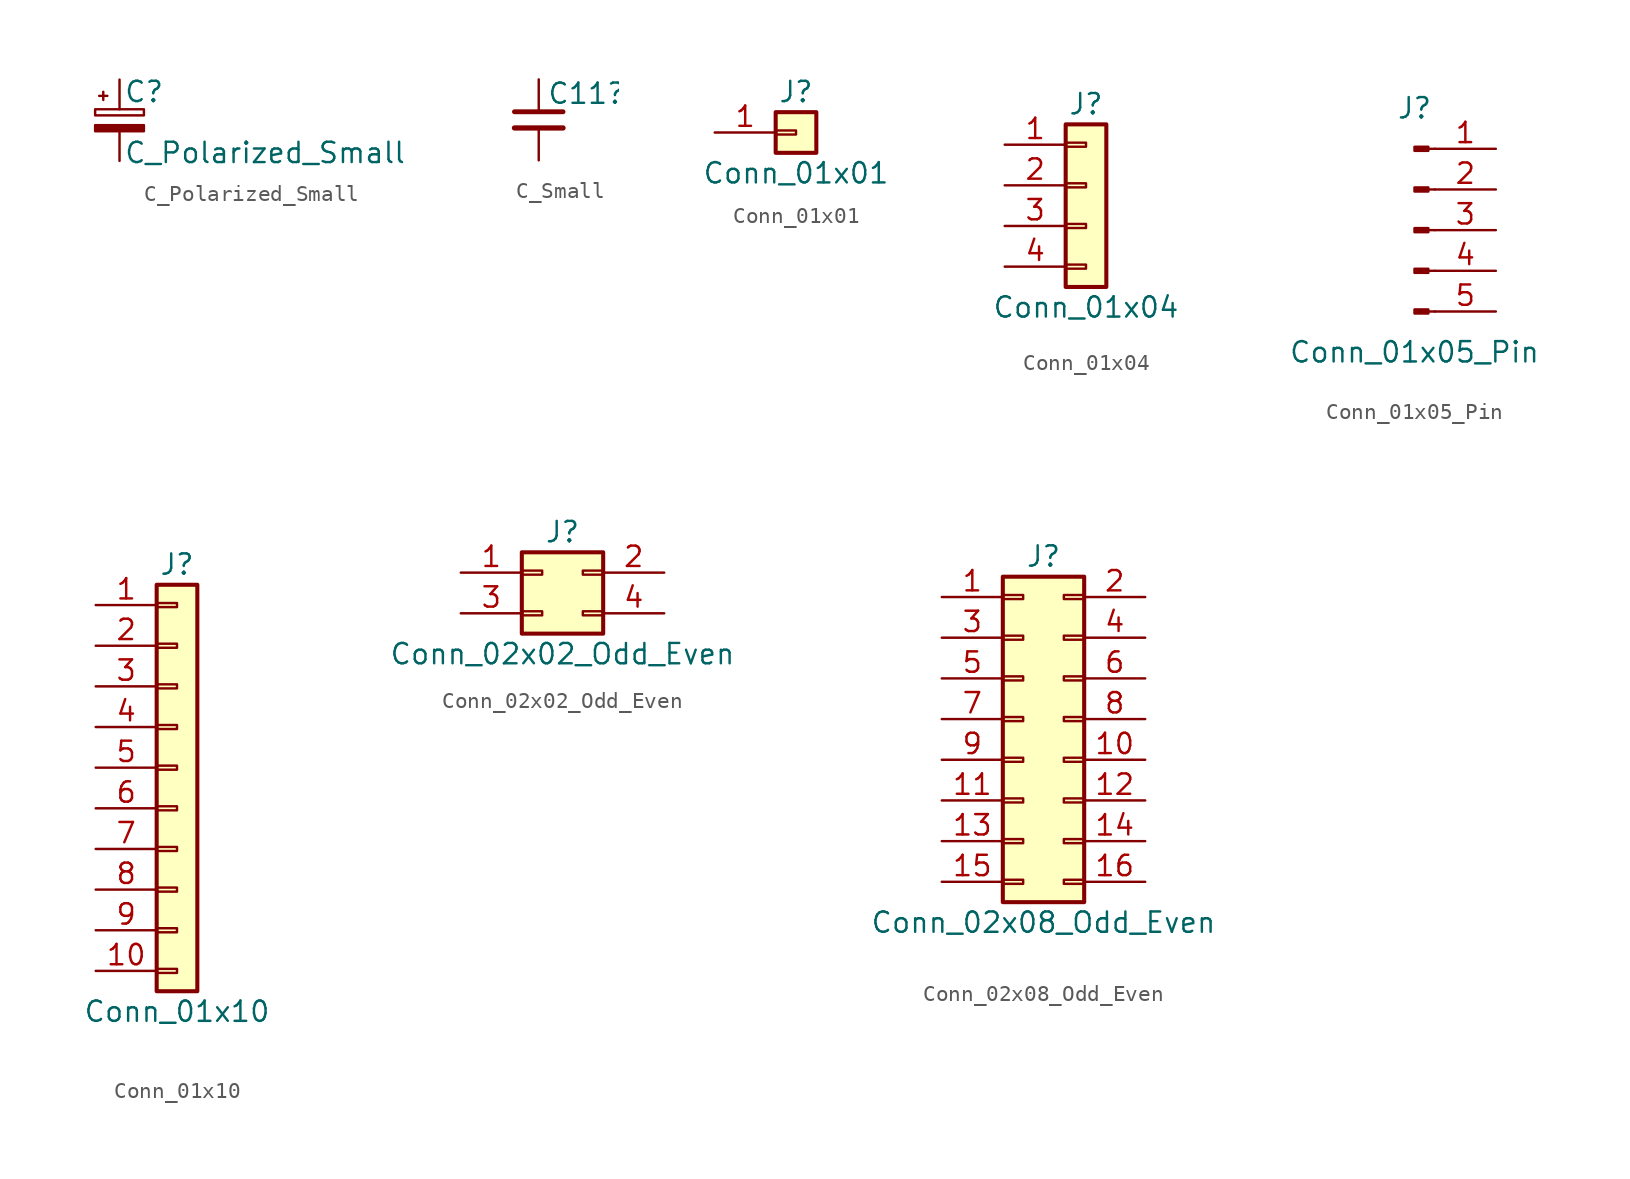
<source format=kicad_sym>
(kicad_symbol_lib
  (version 20241209)
  (generator "kicad_symbol_editor")
  (generator_version "9.0")
  (symbol "C_Polarized_Small"
    (pin_numbers
      (hide yes))
    (pin_names
      (offset 0.254)
      (hide yes))
    (property "Reference" "C"
      (at 0.254 1.778 0)
      (effects (font (size 1.27 1.27)) (justify left)))
    (property "Value" "C_Polarized_Small"
      (at 0.254 -2.032 0)
      (effects (font (size 1.27 1.27)) (justify left)))
    (symbol "C_Polarized_Small_0_1"
      (rectangle (start -1.524 0.686) (end 1.524 0.305) (stroke (width 0) (type default)) (fill (type none)))
      (rectangle (start -1.524 -0.305) (end 1.524 -0.686) (stroke (width 0) (type default)) (fill (type outline)))
      (polyline (pts (xy -1.27 1.524) (xy -0.762 1.524)) (stroke (width 0) (type default)) (fill (type none)))
      (polyline (pts (xy -1.016 1.27) (xy -1.016 1.778)) (stroke (width 0) (type default)) (fill (type none))))
    (symbol "C_Polarized_Small_1_1"
      (pin passive line (at 0 2.54 270) (length 1.854) (name "~" (effects (font (size 1.27 1.27)))) (number "1" (effects (font (size 1.27 1.27)))))
      (pin passive line (at 0 -2.54 90) (length 1.854) (name "~" (effects (font (size 1.27 1.27)))) (number "2" (effects (font (size 1.27 1.27)))))))
  (symbol "C_Small"
    (pin_numbers
      (hide yes))
    (pin_names
      (offset 0.254)
      (hide yes))
    (property "Reference" "C11"
      (at 0.508 1.651 0)
      (effects (font (size 1.27 1.27)) (justify left)))
    (symbol "C_Small_0_1"
      (polyline (pts (xy -1.524 0.508) (xy 1.524 0.508)) (stroke (width 0.305) (type default)) (fill (type none)))
      (polyline (pts (xy -1.524 -0.508) (xy 1.524 -0.508)) (stroke (width 0.33) (type default)) (fill (type none))))
    (symbol "C_Small_1_1"
      (pin passive line (at 0 2.54 270) (length 2.032) (name "~" (effects (font (size 1.27 1.27)))) (number "1" (effects (font (size 1.27 1.27)))))
      (pin passive line (at 0 -2.54 90) (length 2.032) (name "~" (effects (font (size 1.27 1.27)))) (number "2" (effects (font (size 1.27 1.27)))))))
  (symbol "Conn_01x01"
    (pin_names
      (offset 1.016)
      (hide yes))
    (property "Reference" "J"
      (at 0 2.54 0)
      (effects (font (size 1.27 1.27))))
    (property "Value" "Conn_01x01"
      (at 0 -2.54 0)
      (effects (font (size 1.27 1.27))))
    (symbol "Conn_01x01_1_1"
      (rectangle (start -1.27 1.27) (end 1.27 -1.27) (stroke (width 0.254) (type default)) (fill (type background)))
      (rectangle (start -1.27 0.127) (end 0 -0.127) (stroke (width 0.152) (type default)) (fill (type none)))
      (pin passive line (at -5.08 0 0) (length 3.81) (name "Pin_1" (effects (font (size 1.27 1.27)))) (number "1" (effects (font (size 1.27 1.27)))))))
  (symbol "Conn_01x04"
    (pin_names
      (offset 1.016)
      (hide yes))
    (property "Reference" "J"
      (at 0 5.08 0)
      (effects (font (size 1.27 1.27))))
    (property "Value" "Conn_01x04"
      (at 0 -7.62 0)
      (effects (font (size 1.27 1.27))))
    (symbol "Conn_01x04_1_1"
      (rectangle (start -1.27 3.81) (end 1.27 -6.35) (stroke (width 0.254) (type default)) (fill (type background)))
      (rectangle (start -1.27 2.667) (end 0 2.413) (stroke (width 0.152) (type default)) (fill (type none)))
      (rectangle (start -1.27 0.127) (end 0 -0.127) (stroke (width 0.152) (type default)) (fill (type none)))
      (rectangle (start -1.27 -2.413) (end 0 -2.667) (stroke (width 0.152) (type default)) (fill (type none)))
      (rectangle (start -1.27 -4.953) (end 0 -5.207) (stroke (width 0.152) (type default)) (fill (type none)))
      (pin passive line (at -5.08 2.54 0) (length 3.81) (name "Pin_1" (effects (font (size 1.27 1.27)))) (number "1" (effects (font (size 1.27 1.27)))))
      (pin passive line (at -5.08 0 0) (length 3.81) (name "Pin_2" (effects (font (size 1.27 1.27)))) (number "2" (effects (font (size 1.27 1.27)))))
      (pin passive line (at -5.08 -2.54 0) (length 3.81) (name "Pin_3" (effects (font (size 1.27 1.27)))) (number "3" (effects (font (size 1.27 1.27)))))
      (pin passive line (at -5.08 -5.08 0) (length 3.81) (name "Pin_4" (effects (font (size 1.27 1.27)))) (number "4" (effects (font (size 1.27 1.27)))))))
  (symbol "Conn_01x05_Pin"
    (pin_names
      (offset 1.016)
      (hide yes))
    (property "Reference" "J"
      (at 0 7.62 0)
      (effects (font (size 1.27 1.27))))
    (property "Value" "Conn_01x05_Pin"
      (at 0 -7.62 0)
      (effects (font (size 1.27 1.27))))
    (property "ki_locked" ""
      (at 0 0 0)
      (effects (font (size 1.27 1.27))))
    (symbol "Conn_01x05_Pin_1_1"
      (rectangle (start 0.864 5.207) (end 0 4.953) (stroke (width 0.152) (type default)) (fill (type outline)))
      (rectangle (start 0.864 2.667) (end 0 2.413) (stroke (width 0.152) (type default)) (fill (type outline)))
      (rectangle (start 0.864 0.127) (end 0 -0.127) (stroke (width 0.152) (type default)) (fill (type outline)))
      (rectangle (start 0.864 -2.413) (end 0 -2.667) (stroke (width 0.152) (type default)) (fill (type outline)))
      (rectangle (start 0.864 -4.953) (end 0 -5.207) (stroke (width 0.152) (type default)) (fill (type outline)))
      (polyline (pts (xy 1.27 5.08) (xy 0.864 5.08)) (stroke (width 0.152) (type default)) (fill (type none)))
      (polyline (pts (xy 1.27 2.54) (xy 0.864 2.54)) (stroke (width 0.152) (type default)) (fill (type none)))
      (polyline (pts (xy 1.27 0) (xy 0.864 0)) (stroke (width 0.152) (type default)) (fill (type none)))
      (polyline (pts (xy 1.27 -2.54) (xy 0.864 -2.54)) (stroke (width 0.152) (type default)) (fill (type none)))
      (polyline (pts (xy 1.27 -5.08) (xy 0.864 -5.08)) (stroke (width 0.152) (type default)) (fill (type none)))
      (pin passive line (at 5.08 5.08 180) (length 3.81) (name "Pin_1" (effects (font (size 1.27 1.27)))) (number "1" (effects (font (size 1.27 1.27)))))
      (pin passive line (at 5.08 2.54 180) (length 3.81) (name "Pin_2" (effects (font (size 1.27 1.27)))) (number "2" (effects (font (size 1.27 1.27)))))
      (pin passive line (at 5.08 0 180) (length 3.81) (name "Pin_3" (effects (font (size 1.27 1.27)))) (number "3" (effects (font (size 1.27 1.27)))))
      (pin passive line (at 5.08 -2.54 180) (length 3.81) (name "Pin_4" (effects (font (size 1.27 1.27)))) (number "4" (effects (font (size 1.27 1.27)))))
      (pin passive line (at 5.08 -5.08 180) (length 3.81) (name "Pin_5" (effects (font (size 1.27 1.27)))) (number "5" (effects (font (size 1.27 1.27)))))))
  (symbol "Conn_01x10"
    (pin_names
      (offset 1.016)
      (hide yes))
    (property "Reference" "J"
      (at 0 12.7 0)
      (effects (font (size 1.27 1.27))))
    (property "Value" "Conn_01x10"
      (at 0 -15.24 0)
      (effects (font (size 1.27 1.27))))
    (symbol "Conn_01x10_1_1"
      (rectangle (start -1.27 11.43) (end 1.27 -13.97) (stroke (width 0.254) (type default)) (fill (type background)))
      (rectangle (start -1.27 10.287) (end 0 10.033) (stroke (width 0.152) (type default)) (fill (type none)))
      (rectangle (start -1.27 7.747) (end 0 7.493) (stroke (width 0.152) (type default)) (fill (type none)))
      (rectangle (start -1.27 5.207) (end 0 4.953) (stroke (width 0.152) (type default)) (fill (type none)))
      (rectangle (start -1.27 2.667) (end 0 2.413) (stroke (width 0.152) (type default)) (fill (type none)))
      (rectangle (start -1.27 0.127) (end 0 -0.127) (stroke (width 0.152) (type default)) (fill (type none)))
      (rectangle (start -1.27 -2.413) (end 0 -2.667) (stroke (width 0.152) (type default)) (fill (type none)))
      (rectangle (start -1.27 -4.953) (end 0 -5.207) (stroke (width 0.152) (type default)) (fill (type none)))
      (rectangle (start -1.27 -7.493) (end 0 -7.747) (stroke (width 0.152) (type default)) (fill (type none)))
      (rectangle (start -1.27 -10.033) (end 0 -10.287) (stroke (width 0.152) (type default)) (fill (type none)))
      (rectangle (start -1.27 -12.573) (end 0 -12.827) (stroke (width 0.152) (type default)) (fill (type none)))
      (pin passive line (at -5.08 10.16 0) (length 3.81) (name "Pin_1" (effects (font (size 1.27 1.27)))) (number "1" (effects (font (size 1.27 1.27)))))
      (pin passive line (at -5.08 7.62 0) (length 3.81) (name "Pin_2" (effects (font (size 1.27 1.27)))) (number "2" (effects (font (size 1.27 1.27)))))
      (pin passive line (at -5.08 5.08 0) (length 3.81) (name "Pin_3" (effects (font (size 1.27 1.27)))) (number "3" (effects (font (size 1.27 1.27)))))
      (pin passive line (at -5.08 2.54 0) (length 3.81) (name "Pin_4" (effects (font (size 1.27 1.27)))) (number "4" (effects (font (size 1.27 1.27)))))
      (pin passive line (at -5.08 0 0) (length 3.81) (name "Pin_5" (effects (font (size 1.27 1.27)))) (number "5" (effects (font (size 1.27 1.27)))))
      (pin passive line (at -5.08 -2.54 0) (length 3.81) (name "Pin_6" (effects (font (size 1.27 1.27)))) (number "6" (effects (font (size 1.27 1.27)))))
      (pin passive line (at -5.08 -5.08 0) (length 3.81) (name "Pin_7" (effects (font (size 1.27 1.27)))) (number "7" (effects (font (size 1.27 1.27)))))
      (pin passive line (at -5.08 -7.62 0) (length 3.81) (name "Pin_8" (effects (font (size 1.27 1.27)))) (number "8" (effects (font (size 1.27 1.27)))))
      (pin passive line (at -5.08 -10.16 0) (length 3.81) (name "Pin_9" (effects (font (size 1.27 1.27)))) (number "9" (effects (font (size 1.27 1.27)))))
      (pin passive line (at -5.08 -12.7 0) (length 3.81) (name "Pin_10" (effects (font (size 1.27 1.27)))) (number "10" (effects (font (size 1.27 1.27)))))))
  (symbol "Conn_02x02_Odd_Even"
    (pin_names
      (offset 1.016)
      (hide yes))
    (property "Reference" "J"
      (at 1.27 2.54 0)
      (effects (font (size 1.27 1.27))))
    (property "Value" "Conn_02x02_Odd_Even"
      (at 1.27 -5.08 0)
      (effects (font (size 1.27 1.27))))
    (symbol "Conn_02x02_Odd_Even_1_1"
      (rectangle (start -1.27 1.27) (end 3.81 -3.81) (stroke (width 0.254) (type default)) (fill (type background)))
      (rectangle (start -1.27 0.127) (end 0 -0.127) (stroke (width 0.152) (type default)) (fill (type none)))
      (rectangle (start -1.27 -2.413) (end 0 -2.667) (stroke (width 0.152) (type default)) (fill (type none)))
      (rectangle (start 3.81 0.127) (end 2.54 -0.127) (stroke (width 0.152) (type default)) (fill (type none)))
      (rectangle (start 3.81 -2.413) (end 2.54 -2.667) (stroke (width 0.152) (type default)) (fill (type none)))
      (pin passive line (at -5.08 0 0) (length 3.81) (name "Pin_1" (effects (font (size 1.27 1.27)))) (number "1" (effects (font (size 1.27 1.27)))))
      (pin passive line (at -5.08 -2.54 0) (length 3.81) (name "Pin_3" (effects (font (size 1.27 1.27)))) (number "3" (effects (font (size 1.27 1.27)))))
      (pin passive line (at 7.62 0 180) (length 3.81) (name "Pin_2" (effects (font (size 1.27 1.27)))) (number "2" (effects (font (size 1.27 1.27)))))
      (pin passive line (at 7.62 -2.54 180) (length 3.81) (name "Pin_4" (effects (font (size 1.27 1.27)))) (number "4" (effects (font (size 1.27 1.27)))))))
  (symbol "Conn_02x08_Odd_Even"
    (pin_names
      (offset 1.016)
      (hide yes))
    (property "Reference" "J"
      (at 1.27 10.16 0)
      (effects (font (size 1.27 1.27))))
    (property "Value" "Conn_02x08_Odd_Even"
      (at 1.27 -12.7 0)
      (effects (font (size 1.27 1.27))))
    (symbol "Conn_02x08_Odd_Even_1_1"
      (rectangle (start -1.27 8.89) (end 3.81 -11.43) (stroke (width 0.254) (type default)) (fill (type background)))
      (rectangle (start -1.27 7.747) (end 0 7.493) (stroke (width 0.152) (type default)) (fill (type none)))
      (rectangle (start -1.27 5.207) (end 0 4.953) (stroke (width 0.152) (type default)) (fill (type none)))
      (rectangle (start -1.27 2.667) (end 0 2.413) (stroke (width 0.152) (type default)) (fill (type none)))
      (rectangle (start -1.27 0.127) (end 0 -0.127) (stroke (width 0.152) (type default)) (fill (type none)))
      (rectangle (start -1.27 -2.413) (end 0 -2.667) (stroke (width 0.152) (type default)) (fill (type none)))
      (rectangle (start -1.27 -4.953) (end 0 -5.207) (stroke (width 0.152) (type default)) (fill (type none)))
      (rectangle (start -1.27 -7.493) (end 0 -7.747) (stroke (width 0.152) (type default)) (fill (type none)))
      (rectangle (start -1.27 -10.033) (end 0 -10.287) (stroke (width 0.152) (type default)) (fill (type none)))
      (rectangle (start 3.81 7.747) (end 2.54 7.493) (stroke (width 0.152) (type default)) (fill (type none)))
      (rectangle (start 3.81 5.207) (end 2.54 4.953) (stroke (width 0.152) (type default)) (fill (type none)))
      (rectangle (start 3.81 2.667) (end 2.54 2.413) (stroke (width 0.152) (type default)) (fill (type none)))
      (rectangle (start 3.81 0.127) (end 2.54 -0.127) (stroke (width 0.152) (type default)) (fill (type none)))
      (rectangle (start 3.81 -2.413) (end 2.54 -2.667) (stroke (width 0.152) (type default)) (fill (type none)))
      (rectangle (start 3.81 -4.953) (end 2.54 -5.207) (stroke (width 0.152) (type default)) (fill (type none)))
      (rectangle (start 3.81 -7.493) (end 2.54 -7.747) (stroke (width 0.152) (type default)) (fill (type none)))
      (rectangle (start 3.81 -10.033) (end 2.54 -10.287) (stroke (width 0.152) (type default)) (fill (type none)))
      (pin passive line (at -5.08 7.62 0) (length 3.81) (name "Pin_1" (effects (font (size 1.27 1.27)))) (number "1" (effects (font (size 1.27 1.27)))))
      (pin passive line (at -5.08 5.08 0) (length 3.81) (name "Pin_3" (effects (font (size 1.27 1.27)))) (number "3" (effects (font (size 1.27 1.27)))))
      (pin passive line (at -5.08 2.54 0) (length 3.81) (name "Pin_5" (effects (font (size 1.27 1.27)))) (number "5" (effects (font (size 1.27 1.27)))))
      (pin passive line (at -5.08 0 0) (length 3.81) (name "Pin_7" (effects (font (size 1.27 1.27)))) (number "7" (effects (font (size 1.27 1.27)))))
      (pin passive line (at -5.08 -2.54 0) (length 3.81) (name "Pin_9" (effects (font (size 1.27 1.27)))) (number "9" (effects (font (size 1.27 1.27)))))
      (pin passive line (at -5.08 -5.08 0) (length 3.81) (name "Pin_11" (effects (font (size 1.27 1.27)))) (number "11" (effects (font (size 1.27 1.27)))))
      (pin passive line (at -5.08 -7.62 0) (length 3.81) (name "Pin_13" (effects (font (size 1.27 1.27)))) (number "13" (effects (font (size 1.27 1.27)))))
      (pin passive line (at -5.08 -10.16 0) (length 3.81) (name "Pin_15" (effects (font (size 1.27 1.27)))) (number "15" (effects (font (size 1.27 1.27)))))
      (pin passive line (at 7.62 7.62 180) (length 3.81) (name "Pin_2" (effects (font (size 1.27 1.27)))) (number "2" (effects (font (size 1.27 1.27)))))
      (pin passive line (at 7.62 5.08 180) (length 3.81) (name "Pin_4" (effects (font (size 1.27 1.27)))) (number "4" (effects (font (size 1.27 1.27)))))
      (pin passive line (at 7.62 2.54 180) (length 3.81) (name "Pin_6" (effects (font (size 1.27 1.27)))) (number "6" (effects (font (size 1.27 1.27)))))
      (pin passive line (at 7.62 0 180) (length 3.81) (name "Pin_8" (effects (font (size 1.27 1.27)))) (number "8" (effects (font (size 1.27 1.27)))))
      (pin passive line (at 7.62 -2.54 180) (length 3.81) (name "Pin_10" (effects (font (size 1.27 1.27)))) (number "10" (effects (font (size 1.27 1.27)))))
      (pin passive line (at 7.62 -5.08 180) (length 3.81) (name "Pin_12" (effects (font (size 1.27 1.27)))) (number "12" (effects (font (size 1.27 1.27)))))
      (pin passive line (at 7.62 -7.62 180) (length 3.81) (name "Pin_14" (effects (font (size 1.27 1.27)))) (number "14" (effects (font (size 1.27 1.27)))))
      (pin passive line (at 7.62 -10.16 180) (length 3.81) (name "Pin_16" (effects (font (size 1.27 1.27)))) (number "16" (effects (font (size 1.27 1.27))))))))
</source>
